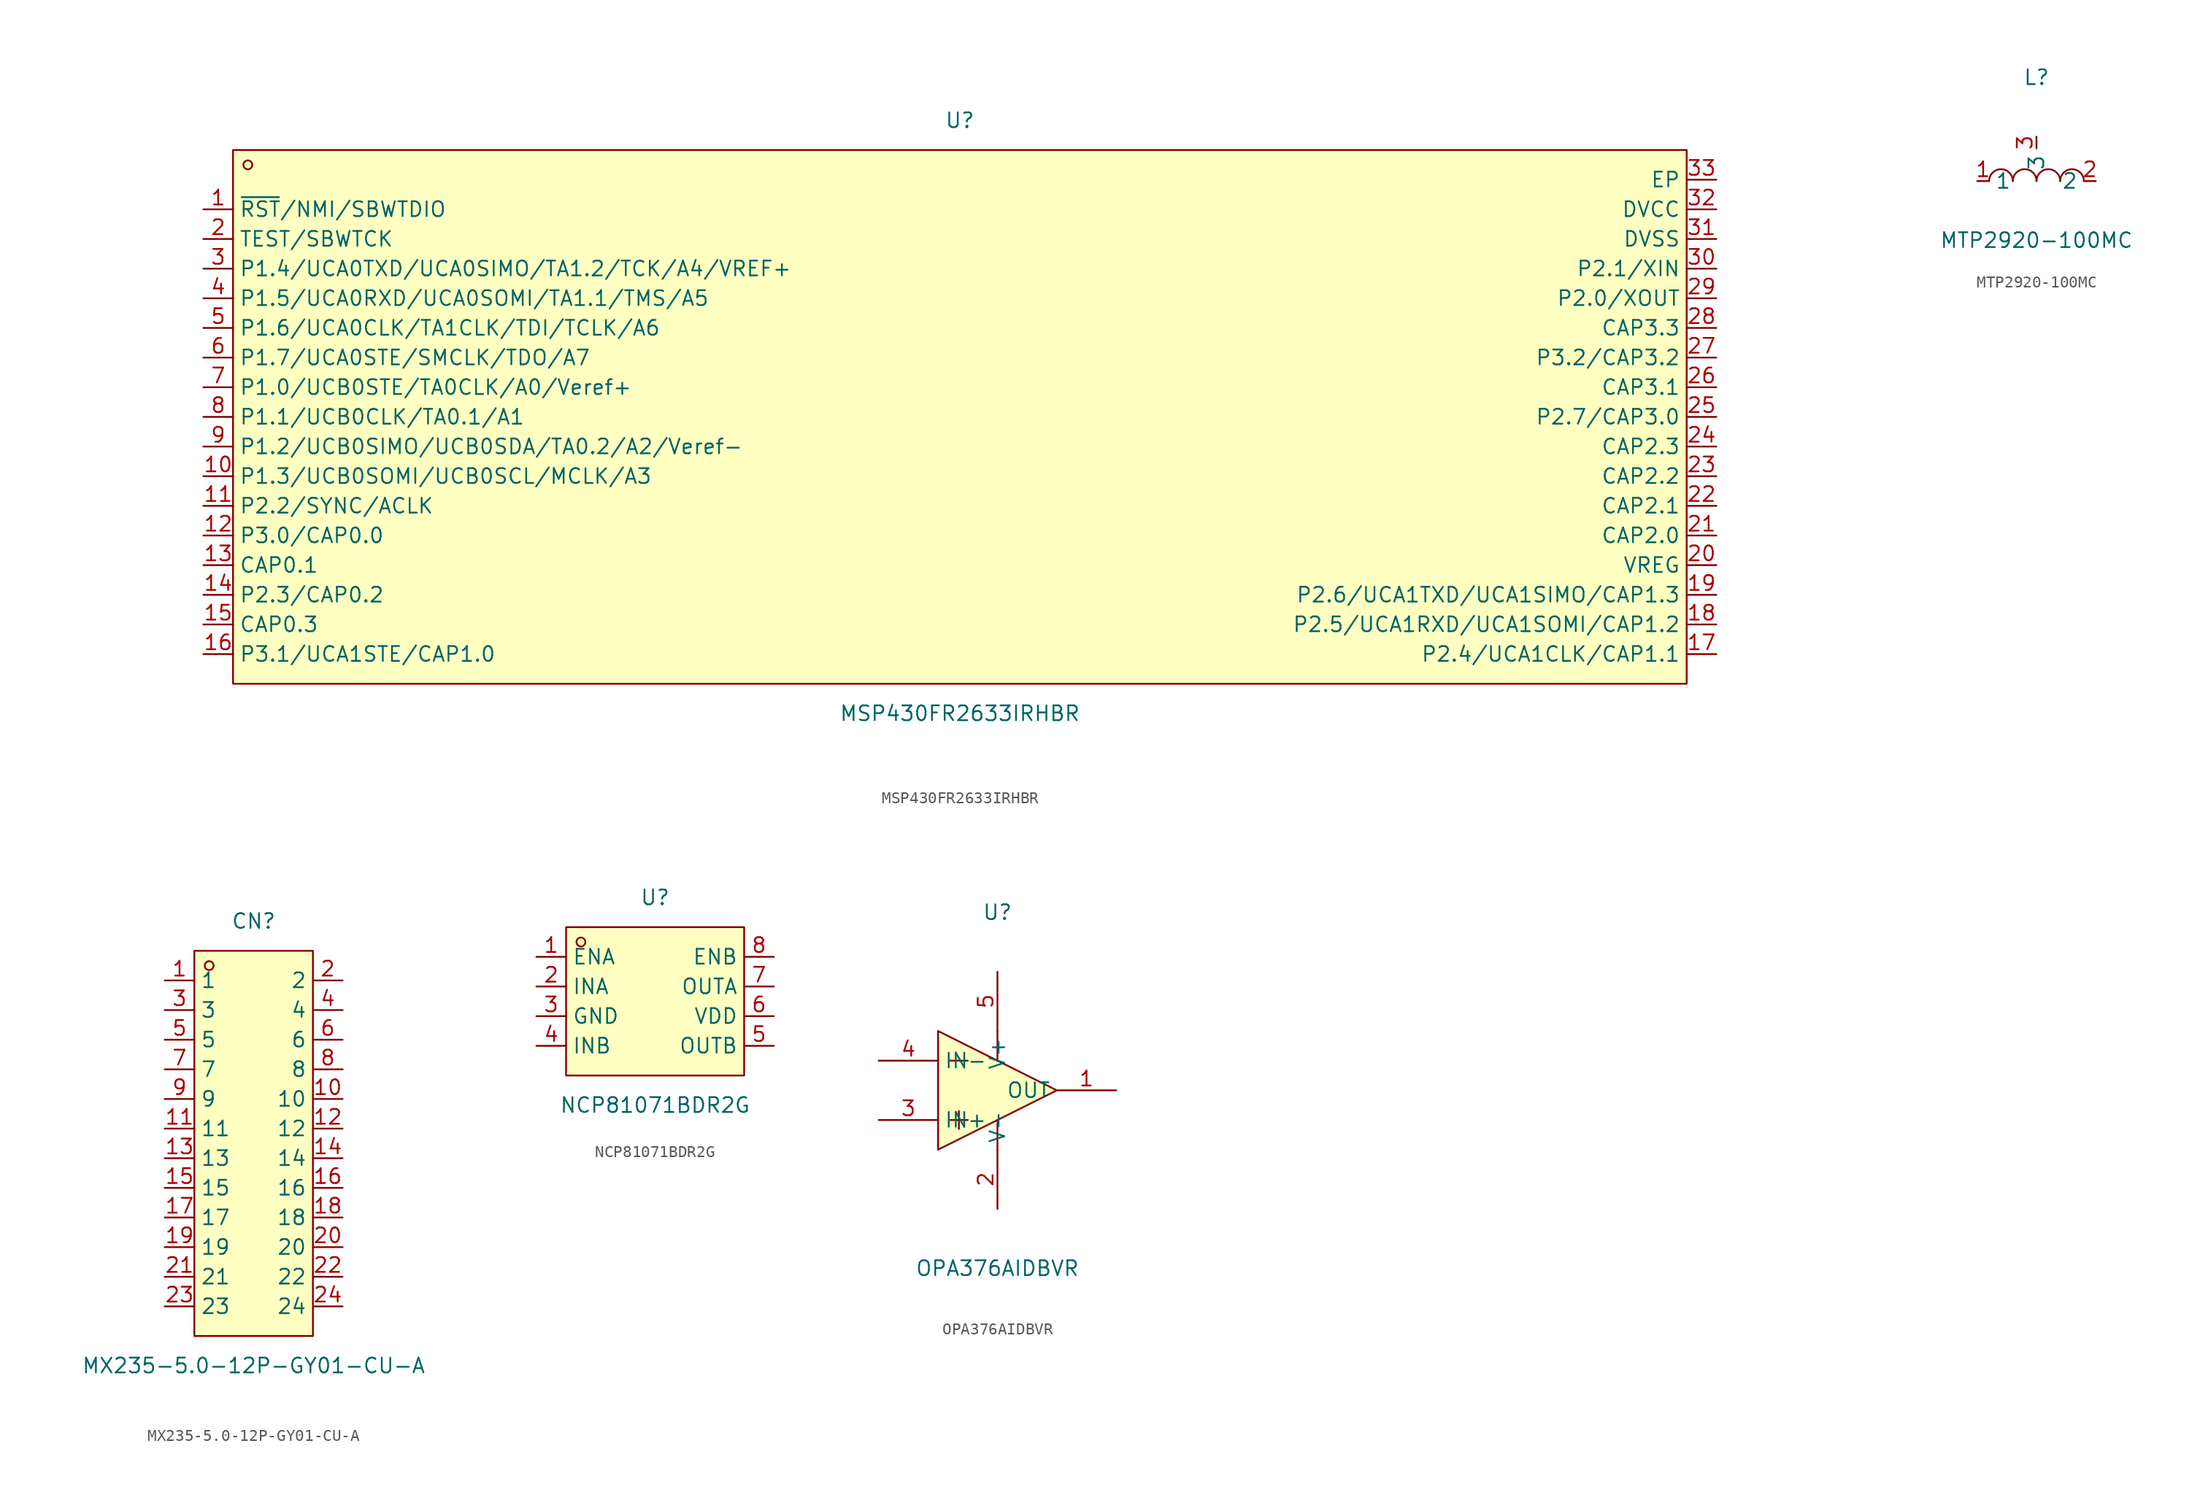
<source format=kicad_sym>
(kicad_symbol_lib
  (version 20231120)
  (generator "kicad_symbol_editor")
  (generator_version "8.0")
  (symbol "MSP430FR2633IRHBR"
    (property "Reference" "U"
      (at 0 26.67 0)
      (effects (font (size 1.27 1.27))))
    (property "Value" "MSP430FR2633IRHBR"
      (at 0 -24.13 0)
      (effects (font (size 1.27 1.27))))
    (symbol "MSP430FR2633IRHBR_0_1"
      (rectangle (start -62.23 24.13) (end 62.23 -21.59) (stroke (width 0) (type default)) (fill (type background)))
      (circle (center -60.96 22.86) (radius 0.38) (stroke (width 0) (type default)) (fill (type none)))
      (pin unspecified line (at -64.77 19.05 0) (length 2.54) (name "~{RST}/NMI/SBWTDIO" (effects (font (size 1.27 1.27)))) (number "1" (effects (font (size 1.27 1.27)))))
      (pin unspecified line (at -64.77 -3.81 0) (length 2.54) (name "P1.3/UCB0SOMI/UCB0SCL/MCLK/A3" (effects (font (size 1.27 1.27)))) (number "10" (effects (font (size 1.27 1.27)))))
      (pin unspecified line (at -64.77 -6.35 0) (length 2.54) (name "P2.2/SYNC/ACLK" (effects (font (size 1.27 1.27)))) (number "11" (effects (font (size 1.27 1.27)))))
      (pin unspecified line (at -64.77 -8.89 0) (length 2.54) (name "P3.0/CAP0.0" (effects (font (size 1.27 1.27)))) (number "12" (effects (font (size 1.27 1.27)))))
      (pin unspecified line (at -64.77 -11.43 0) (length 2.54) (name "CAP0.1" (effects (font (size 1.27 1.27)))) (number "13" (effects (font (size 1.27 1.27)))))
      (pin unspecified line (at -64.77 -13.97 0) (length 2.54) (name "P2.3/CAP0.2" (effects (font (size 1.27 1.27)))) (number "14" (effects (font (size 1.27 1.27)))))
      (pin unspecified line (at -64.77 -16.51 0) (length 2.54) (name "CAP0.3" (effects (font (size 1.27 1.27)))) (number "15" (effects (font (size 1.27 1.27)))))
      (pin unspecified line (at -64.77 -19.05 0) (length 2.54) (name "P3.1/UCA1STE/CAP1.0" (effects (font (size 1.27 1.27)))) (number "16" (effects (font (size 1.27 1.27)))))
      (pin unspecified line (at 64.77 -19.05 180) (length 2.54) (name "P2.4/UCA1CLK/CAP1.1" (effects (font (size 1.27 1.27)))) (number "17" (effects (font (size 1.27 1.27)))))
      (pin unspecified line (at 64.77 -16.51 180) (length 2.54) (name "P2.5/UCA1RXD/UCA1SOMI/CAP1.2" (effects (font (size 1.27 1.27)))) (number "18" (effects (font (size 1.27 1.27)))))
      (pin unspecified line (at 64.77 -13.97 180) (length 2.54) (name "P2.6/UCA1TXD/UCA1SIMO/CAP1.3" (effects (font (size 1.27 1.27)))) (number "19" (effects (font (size 1.27 1.27)))))
      (pin unspecified line (at -64.77 16.51 0) (length 2.54) (name "TEST/SBWTCK" (effects (font (size 1.27 1.27)))) (number "2" (effects (font (size 1.27 1.27)))))
      (pin unspecified line (at 64.77 -11.43 180) (length 2.54) (name "VREG" (effects (font (size 1.27 1.27)))) (number "20" (effects (font (size 1.27 1.27)))))
      (pin unspecified line (at 64.77 -8.89 180) (length 2.54) (name "CAP2.0" (effects (font (size 1.27 1.27)))) (number "21" (effects (font (size 1.27 1.27)))))
      (pin unspecified line (at 64.77 -6.35 180) (length 2.54) (name "CAP2.1" (effects (font (size 1.27 1.27)))) (number "22" (effects (font (size 1.27 1.27)))))
      (pin unspecified line (at 64.77 -3.81 180) (length 2.54) (name "CAP2.2" (effects (font (size 1.27 1.27)))) (number "23" (effects (font (size 1.27 1.27)))))
      (pin unspecified line (at 64.77 -1.27 180) (length 2.54) (name "CAP2.3" (effects (font (size 1.27 1.27)))) (number "24" (effects (font (size 1.27 1.27)))))
      (pin unspecified line (at 64.77 1.27 180) (length 2.54) (name "P2.7/CAP3.0" (effects (font (size 1.27 1.27)))) (number "25" (effects (font (size 1.27 1.27)))))
      (pin unspecified line (at 64.77 3.81 180) (length 2.54) (name "CAP3.1" (effects (font (size 1.27 1.27)))) (number "26" (effects (font (size 1.27 1.27)))))
      (pin unspecified line (at 64.77 6.35 180) (length 2.54) (name "P3.2/CAP3.2" (effects (font (size 1.27 1.27)))) (number "27" (effects (font (size 1.27 1.27)))))
      (pin unspecified line (at 64.77 8.89 180) (length 2.54) (name "CAP3.3" (effects (font (size 1.27 1.27)))) (number "28" (effects (font (size 1.27 1.27)))))
      (pin unspecified line (at 64.77 11.43 180) (length 2.54) (name "P2.0/XOUT" (effects (font (size 1.27 1.27)))) (number "29" (effects (font (size 1.27 1.27)))))
      (pin unspecified line (at -64.77 13.97 0) (length 2.54) (name "P1.4/UCA0TXD/UCA0SIMO/TA1.2/TCK/A4/VREF+" (effects (font (size 1.27 1.27)))) (number "3" (effects (font (size 1.27 1.27)))))
      (pin unspecified line (at 64.77 13.97 180) (length 2.54) (name "P2.1/XIN" (effects (font (size 1.27 1.27)))) (number "30" (effects (font (size 1.27 1.27)))))
      (pin unspecified line (at 64.77 16.51 180) (length 2.54) (name "DVSS" (effects (font (size 1.27 1.27)))) (number "31" (effects (font (size 1.27 1.27)))))
      (pin unspecified line (at 64.77 19.05 180) (length 2.54) (name "DVCC" (effects (font (size 1.27 1.27)))) (number "32" (effects (font (size 1.27 1.27)))))
      (pin unspecified line (at 64.77 21.59 180) (length 2.54) (name "EP" (effects (font (size 1.27 1.27)))) (number "33" (effects (font (size 1.27 1.27)))))
      (pin unspecified line (at -64.77 11.43 0) (length 2.54) (name "P1.5/UCA0RXD/UCA0SOMI/TA1.1/TMS/A5" (effects (font (size 1.27 1.27)))) (number "4" (effects (font (size 1.27 1.27)))))
      (pin unspecified line (at -64.77 8.89 0) (length 2.54) (name "P1.6/UCA0CLK/TA1CLK/TDI/TCLK/A6" (effects (font (size 1.27 1.27)))) (number "5" (effects (font (size 1.27 1.27)))))
      (pin unspecified line (at -64.77 6.35 0) (length 2.54) (name "P1.7/UCA0STE/SMCLK/TDO/A7" (effects (font (size 1.27 1.27)))) (number "6" (effects (font (size 1.27 1.27)))))
      (pin unspecified line (at -64.77 3.81 0) (length 2.54) (name "P1.0/UCB0STE/TA0CLK/A0/Veref+" (effects (font (size 1.27 1.27)))) (number "7" (effects (font (size 1.27 1.27)))))
      (pin unspecified line (at -64.77 1.27 0) (length 2.54) (name "P1.1/UCB0CLK/TA0.1/A1" (effects (font (size 1.27 1.27)))) (number "8" (effects (font (size 1.27 1.27)))))
      (pin unspecified line (at -64.77 -1.27 0) (length 2.54) (name "P1.2/UCB0SIMO/UCB0SDA/TA0.2/A2/Veref-" (effects (font (size 1.27 1.27)))) (number "9" (effects (font (size 1.27 1.27)))))))
  (symbol "MTP2920-100MC"
    (property "Reference" "L"
      (at 0 8.89 0)
      (effects (font (size 1.27 1.27))))
    (property "Value" "MTP2920-100MC"
      (at 0 -5.08 0)
      (effects (font (size 1.27 1.27))))
    (symbol "MTP2920-100MC_0_1"
      (arc (start -2.03 0.01) (mid -3.055 1.013) (end -4.06 -0.01) (stroke (width 0) (type default)) (fill (type none)))
      (arc (start 0 0.01) (mid -1.025 1.013) (end -2.03 -0.01) (stroke (width 0) (type default)) (fill (type none)))
      (arc (start 2.03 0.01) (mid 1.005 1.013) (end 0 -0.01) (stroke (width 0) (type default)) (fill (type none)))
      (arc (start 4.06 0.01) (mid 3.035 1.013) (end 2.03 -0.01) (stroke (width 0) (type default)) (fill (type none)))
      (pin unspecified line (at -5.08 0 0) (length 1.016) (name "1" (effects (font (size 1.27 1.27)))) (number "1" (effects (font (size 1.27 1.27)))))
      (pin unspecified line (at 5.08 0 180) (length 1.016) (name "2" (effects (font (size 1.27 1.27)))) (number "2" (effects (font (size 1.27 1.27)))))
      (pin unspecified line (at 0 3.81 270) (length 1.016) (name "3" (effects (font (size 1.27 1.27)))) (number "3" (effects (font (size 1.27 1.27)))))))
  (symbol "MX235-5.0-12P-GY01-CU-A"
    (property "Reference" "CN"
      (at 0 19.05 0)
      (effects (font (size 1.27 1.27))))
    (property "Value" "MX235-5.0-12P-GY01-CU-A"
      (at 0 -19.05 0)
      (effects (font (size 1.27 1.27))))
    (symbol "MX235-5.0-12P-GY01-CU-A_0_1"
      (rectangle (start -5.08 16.51) (end 5.08 -16.51) (stroke (width 0) (type default)) (fill (type background)))
      (circle (center -3.81 15.24) (radius 0.38) (stroke (width 0) (type default)) (fill (type none)))
      (pin unspecified line (at -7.62 13.97 0) (length 2.54) (name "1" (effects (font (size 1.27 1.27)))) (number "1" (effects (font (size 1.27 1.27)))))
      (pin unspecified line (at 7.62 3.81 180) (length 2.54) (name "10" (effects (font (size 1.27 1.27)))) (number "10" (effects (font (size 1.27 1.27)))))
      (pin unspecified line (at -7.62 1.27 0) (length 2.54) (name "11" (effects (font (size 1.27 1.27)))) (number "11" (effects (font (size 1.27 1.27)))))
      (pin unspecified line (at 7.62 1.27 180) (length 2.54) (name "12" (effects (font (size 1.27 1.27)))) (number "12" (effects (font (size 1.27 1.27)))))
      (pin unspecified line (at -7.62 -1.27 0) (length 2.54) (name "13" (effects (font (size 1.27 1.27)))) (number "13" (effects (font (size 1.27 1.27)))))
      (pin unspecified line (at 7.62 -1.27 180) (length 2.54) (name "14" (effects (font (size 1.27 1.27)))) (number "14" (effects (font (size 1.27 1.27)))))
      (pin unspecified line (at -7.62 -3.81 0) (length 2.54) (name "15" (effects (font (size 1.27 1.27)))) (number "15" (effects (font (size 1.27 1.27)))))
      (pin unspecified line (at 7.62 -3.81 180) (length 2.54) (name "16" (effects (font (size 1.27 1.27)))) (number "16" (effects (font (size 1.27 1.27)))))
      (pin unspecified line (at -7.62 -6.35 0) (length 2.54) (name "17" (effects (font (size 1.27 1.27)))) (number "17" (effects (font (size 1.27 1.27)))))
      (pin unspecified line (at 7.62 -6.35 180) (length 2.54) (name "18" (effects (font (size 1.27 1.27)))) (number "18" (effects (font (size 1.27 1.27)))))
      (pin unspecified line (at -7.62 -8.89 0) (length 2.54) (name "19" (effects (font (size 1.27 1.27)))) (number "19" (effects (font (size 1.27 1.27)))))
      (pin unspecified line (at 7.62 13.97 180) (length 2.54) (name "2" (effects (font (size 1.27 1.27)))) (number "2" (effects (font (size 1.27 1.27)))))
      (pin unspecified line (at 7.62 -8.89 180) (length 2.54) (name "20" (effects (font (size 1.27 1.27)))) (number "20" (effects (font (size 1.27 1.27)))))
      (pin unspecified line (at -7.62 -11.43 0) (length 2.54) (name "21" (effects (font (size 1.27 1.27)))) (number "21" (effects (font (size 1.27 1.27)))))
      (pin unspecified line (at 7.62 -11.43 180) (length 2.54) (name "22" (effects (font (size 1.27 1.27)))) (number "22" (effects (font (size 1.27 1.27)))))
      (pin unspecified line (at -7.62 -13.97 0) (length 2.54) (name "23" (effects (font (size 1.27 1.27)))) (number "23" (effects (font (size 1.27 1.27)))))
      (pin unspecified line (at 7.62 -13.97 180) (length 2.54) (name "24" (effects (font (size 1.27 1.27)))) (number "24" (effects (font (size 1.27 1.27)))))
      (pin unspecified line (at -7.62 11.43 0) (length 2.54) (name "3" (effects (font (size 1.27 1.27)))) (number "3" (effects (font (size 1.27 1.27)))))
      (pin unspecified line (at 7.62 11.43 180) (length 2.54) (name "4" (effects (font (size 1.27 1.27)))) (number "4" (effects (font (size 1.27 1.27)))))
      (pin unspecified line (at -7.62 8.89 0) (length 2.54) (name "5" (effects (font (size 1.27 1.27)))) (number "5" (effects (font (size 1.27 1.27)))))
      (pin unspecified line (at 7.62 8.89 180) (length 2.54) (name "6" (effects (font (size 1.27 1.27)))) (number "6" (effects (font (size 1.27 1.27)))))
      (pin unspecified line (at -7.62 6.35 0) (length 2.54) (name "7" (effects (font (size 1.27 1.27)))) (number "7" (effects (font (size 1.27 1.27)))))
      (pin unspecified line (at 7.62 6.35 180) (length 2.54) (name "8" (effects (font (size 1.27 1.27)))) (number "8" (effects (font (size 1.27 1.27)))))
      (pin unspecified line (at -7.62 3.81 0) (length 2.54) (name "9" (effects (font (size 1.27 1.27)))) (number "9" (effects (font (size 1.27 1.27)))))))
  (symbol "NCP81071BDR2G"
    (property "Reference" "U"
      (at 0 8.89 0)
      (effects (font (size 1.27 1.27))))
    (property "Value" "NCP81071BDR2G"
      (at 0 -8.89 0)
      (effects (font (size 1.27 1.27))))
    (symbol "NCP81071BDR2G_0_1"
      (rectangle (start -7.62 6.35) (end 7.62 -6.35) (stroke (width 0) (type default)) (fill (type background)))
      (circle (center -6.35 5.08) (radius 0.38) (stroke (width 0) (type default)) (fill (type none)))
      (pin unspecified line (at -10.16 3.81 0) (length 2.54) (name "ENA" (effects (font (size 1.27 1.27)))) (number "1" (effects (font (size 1.27 1.27)))))
      (pin unspecified line (at -10.16 1.27 0) (length 2.54) (name "INA" (effects (font (size 1.27 1.27)))) (number "2" (effects (font (size 1.27 1.27)))))
      (pin unspecified line (at -10.16 -1.27 0) (length 2.54) (name "GND" (effects (font (size 1.27 1.27)))) (number "3" (effects (font (size 1.27 1.27)))))
      (pin unspecified line (at -10.16 -3.81 0) (length 2.54) (name "INB" (effects (font (size 1.27 1.27)))) (number "4" (effects (font (size 1.27 1.27)))))
      (pin unspecified line (at 10.16 -3.81 180) (length 2.54) (name "OUTB" (effects (font (size 1.27 1.27)))) (number "5" (effects (font (size 1.27 1.27)))))
      (pin unspecified line (at 10.16 -1.27 180) (length 2.54) (name "VDD" (effects (font (size 1.27 1.27)))) (number "6" (effects (font (size 1.27 1.27)))))
      (pin unspecified line (at 10.16 1.27 180) (length 2.54) (name "OUTA" (effects (font (size 1.27 1.27)))) (number "7" (effects (font (size 1.27 1.27)))))
      (pin unspecified line (at 10.16 3.81 180) (length 2.54) (name "ENB" (effects (font (size 1.27 1.27)))) (number "8" (effects (font (size 1.27 1.27)))))))
  (symbol "OPA376AIDBVR"
    (property "Reference" "U"
      (at 0 15.24 0)
      (effects (font (size 1.27 1.27))))
    (property "Value" "OPA376AIDBVR"
      (at 0 -15.24 0)
      (effects (font (size 1.27 1.27))))
    (symbol "OPA376AIDBVR_0_1"
      (polyline (pts (xy -4.06 -2.54) (xy -2.54 -2.54)) (stroke (width 0) (type default)) (fill (type none)))
      (polyline (pts (xy -4.06 2.54) (xy -2.54 2.54)) (stroke (width 0) (type default)) (fill (type none)))
      (polyline (pts (xy -3.3 -1.78) (xy -3.3 -3.3)) (stroke (width 0) (type default)) (fill (type none)))
      (polyline (pts (xy 0 -2.54) (xy 0 -5.08)) (stroke (width 0) (type default)) (fill (type none)))
      (polyline (pts (xy 0 5.08) (xy 0 2.54)) (stroke (width 0) (type default)) (fill (type none)))
      (polyline (pts (xy -5.08 -5.08) (xy 5.08 0) (xy -5.08 5.08) (xy -5.08 -5.08)) (stroke (width 0) (type default)) (fill (type background)))
      (pin output line (at 10.16 0 180) (length 5.08) (name "OUT" (effects (font (size 1.27 1.27)))) (number "1" (effects (font (size 1.27 1.27)))))
      (pin power_in line (at 0 -10.16 90) (length 5.08) (name "V-" (effects (font (size 1.27 1.27)))) (number "2" (effects (font (size 1.27 1.27)))))
      (pin unspecified line (at -10.16 -2.54 0) (length 5.08) (name "IN+" (effects (font (size 1.27 1.27)))) (number "3" (effects (font (size 1.27 1.27)))))
      (pin unspecified line (at -10.16 2.54 0) (length 5.08) (name "IN-" (effects (font (size 1.27 1.27)))) (number "4" (effects (font (size 1.27 1.27)))))
      (pin power_in line (at 0 10.16 270) (length 5.08) (name "V+" (effects (font (size 1.27 1.27)))) (number "5" (effects (font (size 1.27 1.27))))))))
</source>
